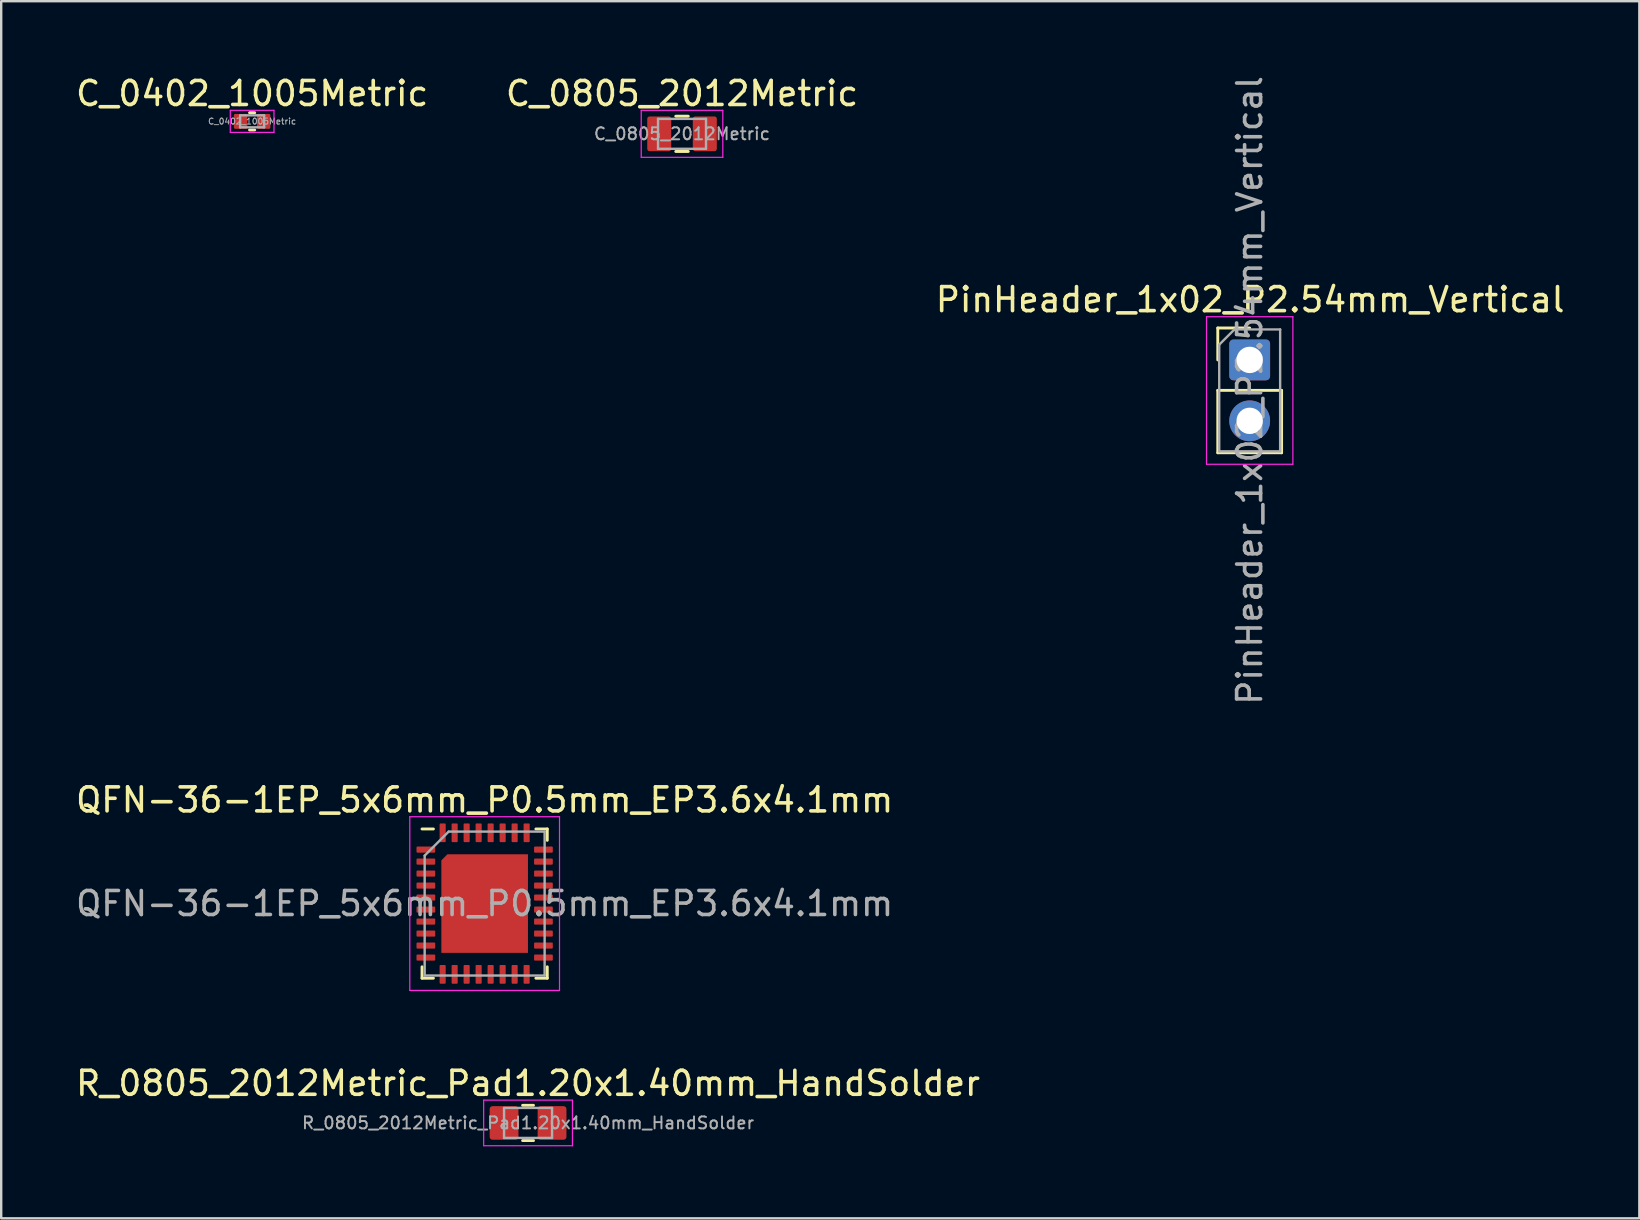
<source format=kicad_pcb>
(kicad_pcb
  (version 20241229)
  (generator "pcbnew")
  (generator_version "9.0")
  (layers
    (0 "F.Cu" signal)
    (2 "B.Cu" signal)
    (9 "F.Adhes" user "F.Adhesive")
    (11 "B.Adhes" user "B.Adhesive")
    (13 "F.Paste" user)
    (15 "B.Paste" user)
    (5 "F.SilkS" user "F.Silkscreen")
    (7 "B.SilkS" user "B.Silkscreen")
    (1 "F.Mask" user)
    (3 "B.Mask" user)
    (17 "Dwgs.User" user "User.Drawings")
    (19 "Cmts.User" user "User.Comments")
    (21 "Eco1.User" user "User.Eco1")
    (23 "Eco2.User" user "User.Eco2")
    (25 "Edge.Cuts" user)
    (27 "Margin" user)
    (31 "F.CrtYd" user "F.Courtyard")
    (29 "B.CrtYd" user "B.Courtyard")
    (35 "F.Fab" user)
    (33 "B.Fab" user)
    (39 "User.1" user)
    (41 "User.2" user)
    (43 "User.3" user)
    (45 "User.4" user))
  (footprint "QFN-36-1EP_5x6mm_P0.5mm_EP3.6x4.1mm"
    (layer "F.Cu")
    (at 17.149 34.609)
    (property "Reference" "QFN-36-1EP_5x6mm_P0.5mm_EP3.6x4.1mm" (at 0 -4.32 0) (layer "F.SilkS") (effects (font (size 1 1) (thickness 0.15))))
    (attr smd)
    (fp_line (start -2.61 3.11) (end -2.61 2.635) (stroke (width 0.12) (type solid)) (layer "F.SilkS"))
    (fp_line (start -2.135 -3.11) (end -2.61 -3.11) (stroke (width 0.12) (type solid)) (layer "F.SilkS"))
    (fp_line (start -2.135 3.11) (end -2.61 3.11) (stroke (width 0.12) (type solid)) (layer "F.SilkS"))
    (fp_line (start 2.135 -3.11) (end 2.61 -3.11) (stroke (width 0.12) (type solid)) (layer "F.SilkS"))
    (fp_line (start 2.135 3.11) (end 2.61 3.11) (stroke (width 0.12) (type solid)) (layer "F.SilkS"))
    (fp_line (start 2.61 -3.11) (end 2.61 -2.635) (stroke (width 0.12) (type solid)) (layer "F.SilkS"))
    (fp_line (start 2.61 3.11) (end 2.61 2.635) (stroke (width 0.12) (type solid)) (layer "F.SilkS"))
    (fp_line (start -3.12 -3.62) (end -3.12 3.62) (stroke (width 0.05) (type solid)) (layer "F.CrtYd"))
    (fp_line (start -3.12 3.62) (end 3.12 3.62) (stroke (width 0.05) (type solid)) (layer "F.CrtYd"))
    (fp_line (start 3.12 -3.62) (end -3.12 -3.62) (stroke (width 0.05) (type solid)) (layer "F.CrtYd"))
    (fp_line (start 3.12 3.62) (end 3.12 -3.62) (stroke (width 0.05) (type solid)) (layer "F.CrtYd"))
    (fp_line (start -2.5 -2) (end -1.5 -3) (stroke (width 0.1) (type solid)) (layer "F.Fab"))
    (fp_line (start -2.5 3) (end -2.5 -2) (stroke (width 0.1) (type solid)) (layer "F.Fab"))
    (fp_line (start -1.5 -3) (end 2.5 -3) (stroke (width 0.1) (type solid)) (layer "F.Fab"))
    (fp_line (start 2.5 -3) (end 2.5 3) (stroke (width 0.1) (type solid)) (layer "F.Fab"))
    (fp_line (start 2.5 3) (end -2.5 3) (stroke (width 0.1) (type solid)) (layer "F.Fab"))
    (fp_text user "${REFERENCE}" (at 0 0 0) (layer "F.Fab") (effects (font (size 1 1) (thickness 0.15))))
    (pad "" smd roundrect (at -1.2 -1.37) (size 0.97 1.1) (layers "F.Paste") (roundrect_rratio 0.25))
    (pad "" smd roundrect (at -1.2 0) (size 0.97 1.1) (layers "F.Paste") (roundrect_rratio 0.25))
    (pad "" smd roundrect (at -1.2 1.37) (size 0.97 1.1) (layers "F.Paste") (roundrect_rratio 0.25))
    (pad "" smd roundrect (at 0 -1.37) (size 0.97 1.1) (layers "F.Paste") (roundrect_rratio 0.25))
    (pad "" smd roundrect (at 0 0) (size 0.97 1.1) (layers "F.Paste") (roundrect_rratio 0.25))
    (pad "" smd roundrect (at 0 1.37) (size 0.97 1.1) (layers "F.Paste") (roundrect_rratio 0.25))
    (pad "" smd roundrect (at 1.2 -1.37) (size 0.97 1.1) (layers "F.Paste") (roundrect_rratio 0.25))
    (pad "" smd roundrect (at 1.2 0) (size 0.97 1.1) (layers "F.Paste") (roundrect_rratio 0.25))
    (pad "" smd roundrect (at 1.2 1.37) (size 0.97 1.1) (layers "F.Paste") (roundrect_rratio 0.25))
    (pad "1" smd roundrect (at -2.45 -2.25) (size 0.78 0.254) (layers "F.Cu" "F.Mask" "F.Paste") (roundrect_rratio 0.15))
    (pad "2" smd roundrect (at -2.45 -1.75) (size 0.78 0.254) (layers "F.Cu" "F.Mask" "F.Paste") (roundrect_rratio 0.15))
    (pad "3" smd roundrect (at -2.45 -1.25) (size 0.78 0.254) (layers "F.Cu" "F.Mask" "F.Paste") (roundrect_rratio 0.15))
    (pad "4" smd roundrect (at -2.45 -0.75) (size 0.78 0.254) (layers "F.Cu" "F.Mask" "F.Paste") (roundrect_rratio 0.15))
    (pad "5" smd roundrect (at -2.45 -0.25) (size 0.78 0.254) (layers "F.Cu" "F.Mask" "F.Paste") (roundrect_rratio 0.15))
    (pad "6" smd roundrect (at -2.45 0.25) (size 0.78 0.254) (layers "F.Cu" "F.Mask" "F.Paste") (roundrect_rratio 0.15))
    (pad "7" smd roundrect (at -2.45 0.75) (size 0.78 0.254) (layers "F.Cu" "F.Mask" "F.Paste") (roundrect_rratio 0.15))
    (pad "8" smd roundrect (at -2.45 1.25) (size 0.78 0.254) (layers "F.Cu" "F.Mask" "F.Paste") (roundrect_rratio 0.15))
    (pad "9" smd roundrect (at -2.45 1.75) (size 0.78 0.254) (layers "F.Cu" "F.Mask" "F.Paste") (roundrect_rratio 0.15))
    (pad "10" smd roundrect (at -2.45 2.25) (size 0.78 0.254) (layers "F.Cu" "F.Mask" "F.Paste") (roundrect_rratio 0.15))
    (pad "11" smd roundrect (at -1.75 2.95) (size 0.254 0.78) (layers "F.Cu" "F.Mask" "F.Paste") (roundrect_rratio 0.15))
    (pad "12" smd roundrect (at -1.25 2.95) (size 0.254 0.78) (layers "F.Cu" "F.Mask" "F.Paste") (roundrect_rratio 0.15))
    (pad "13" smd roundrect (at -0.75 2.95) (size 0.254 0.78) (layers "F.Cu" "F.Mask" "F.Paste") (roundrect_rratio 0.15))
    (pad "14" smd roundrect (at -0.25 2.95) (size 0.254 0.78) (layers "F.Cu" "F.Mask" "F.Paste") (roundrect_rratio 0.15))
    (pad "15" smd roundrect (at 0.25 2.95) (size 0.254 0.78) (layers "F.Cu" "F.Mask" "F.Paste") (roundrect_rratio 0.15))
    (pad "16" smd roundrect (at 0.75 2.95) (size 0.254 0.78) (layers "F.Cu" "F.Mask" "F.Paste") (roundrect_rratio 0.15))
    (pad "17" smd roundrect (at 1.25 2.95) (size 0.254 0.78) (layers "F.Cu" "F.Mask" "F.Paste") (roundrect_rratio 0.15))
    (pad "18" smd roundrect (at 1.75 2.95) (size 0.254 0.78) (layers "F.Cu" "F.Mask" "F.Paste") (roundrect_rratio 0.15))
    (pad "19" smd roundrect (at 2.45 2.25) (size 0.78 0.254) (layers "F.Cu" "F.Mask" "F.Paste") (roundrect_rratio 0.15))
    (pad "20" smd roundrect (at 2.45 1.75) (size 0.78 0.254) (layers "F.Cu" "F.Mask" "F.Paste") (roundrect_rratio 0.15))
    (pad "21" smd roundrect (at 2.45 1.25) (size 0.78 0.254) (layers "F.Cu" "F.Mask" "F.Paste") (roundrect_rratio 0.15))
    (pad "22" smd roundrect (at 2.45 0.75) (size 0.78 0.254) (layers "F.Cu" "F.Mask" "F.Paste") (roundrect_rratio 0.15))
    (pad "23" smd roundrect (at 2.45 0.25) (size 0.78 0.254) (layers "F.Cu" "F.Mask" "F.Paste") (roundrect_rratio 0.15))
    (pad "24" smd roundrect (at 2.45 -0.25) (size 0.78 0.254) (layers "F.Cu" "F.Mask" "F.Paste") (roundrect_rratio 0.15))
    (pad "25" smd roundrect (at 2.45 -0.75) (size 0.78 0.254) (layers "F.Cu" "F.Mask" "F.Paste") (roundrect_rratio 0.15))
    (pad "26" smd roundrect (at 2.45 -1.25) (size 0.78 0.254) (layers "F.Cu" "F.Mask" "F.Paste") (roundrect_rratio 0.15))
    (pad "27" smd roundrect (at 2.45 -1.75) (size 0.78 0.254) (layers "F.Cu" "F.Mask" "F.Paste") (roundrect_rratio 0.15))
    (pad "28" smd roundrect (at 2.45 -2.25) (size 0.78 0.254) (layers "F.Cu" "F.Mask" "F.Paste") (roundrect_rratio 0.15))
    (pad "29" smd roundrect (at 1.75 -2.95) (size 0.254 0.78) (layers "F.Cu" "F.Mask" "F.Paste") (roundrect_rratio 0.15))
    (pad "30" smd roundrect (at 1.25 -2.95) (size 0.254 0.78) (layers "F.Cu" "F.Mask" "F.Paste") (roundrect_rratio 0.15))
    (pad "31" smd roundrect (at 0.75 -2.95) (size 0.254 0.78) (layers "F.Cu" "F.Mask" "F.Paste") (roundrect_rratio 0.15))
    (pad "32" smd roundrect (at 0.25 -2.95) (size 0.254 0.78) (layers "F.Cu" "F.Mask" "F.Paste") (roundrect_rratio 0.15))
    (pad "33" smd roundrect (at -0.25 -2.95) (size 0.254 0.78) (layers "F.Cu" "F.Mask" "F.Paste") (roundrect_rratio 0.15))
    (pad "34" smd roundrect (at -0.75 -2.95) (size 0.254 0.78) (layers "F.Cu" "F.Mask" "F.Paste") (roundrect_rratio 0.15))
    (pad "35" smd roundrect (at -1.25 -2.95) (size 0.254 0.78) (layers "F.Cu" "F.Mask" "F.Paste") (roundrect_rratio 0.15))
    (pad "36" smd roundrect (at -1.75 -2.95) (size 0.254 0.78) (layers "F.Cu" "F.Mask" "F.Paste") (roundrect_rratio 0.15))
    (pad "37" smd custom (at 0 0) (size 1 1) (layers "F.Cu" "F.Mask") (options (anchor rect)) (primitives (gr_poly (pts (xy -1.8 2.05) (xy 1.8 2.05) (xy 1.8 -2.05) (xy -1.55 -2.05) (xy -1.8 -1.8)) (width 0.01) (fill yes)))))
  (footprint "C_0402_1005Metric"
    (layer "F.Cu")
    (at 7.458 2.008)
    (property "Reference" "C_0402_1005Metric" (at 0 -1.16 0) (layer "F.SilkS") (effects (font (size 1 1) (thickness 0.15))))
    (attr smd)
    (fp_line (start -0.108 -0.36) (end 0.108 -0.36) (stroke (width 0.12) (type solid)) (layer "F.SilkS"))
    (fp_line (start -0.108 0.36) (end 0.108 0.36) (stroke (width 0.12) (type solid)) (layer "F.SilkS"))
    (fp_line (start -0.91 -0.46) (end 0.91 -0.46) (stroke (width 0.05) (type solid)) (layer "F.CrtYd"))
    (fp_line (start -0.91 0.46) (end -0.91 -0.46) (stroke (width 0.05) (type solid)) (layer "F.CrtYd"))
    (fp_line (start 0.91 -0.46) (end 0.91 0.46) (stroke (width 0.05) (type solid)) (layer "F.CrtYd"))
    (fp_line (start 0.91 0.46) (end -0.91 0.46) (stroke (width 0.05) (type solid)) (layer "F.CrtYd"))
    (fp_line (start -0.5 -0.25) (end 0.5 -0.25) (stroke (width 0.1) (type solid)) (layer "F.Fab"))
    (fp_line (start -0.5 0.25) (end -0.5 -0.25) (stroke (width 0.1) (type solid)) (layer "F.Fab"))
    (fp_line (start 0.5 -0.25) (end 0.5 0.25) (stroke (width 0.1) (type solid)) (layer "F.Fab"))
    (fp_line (start 0.5 0.25) (end -0.5 0.25) (stroke (width 0.1) (type solid)) (layer "F.Fab"))
    (fp_text user "${REFERENCE}" (at 0 0 0) (layer "F.Fab") (effects (font (size 0.25 0.25) (thickness 0.04))))
    (pad "1" smd roundrect (at -0.48 0) (size 0.56 0.62) (layers "F.Cu" "F.Mask" "F.Paste") (roundrect_rratio 0.1))
    (pad "2" smd roundrect (at 0.48 0) (size 0.56 0.62) (layers "F.Cu" "F.Mask" "F.Paste") (roundrect_rratio 0.1)))
  (footprint "R_0805_2012Metric_Pad1.20x1.40mm_HandSolder"
    (layer "F.Cu")
    (at 18.958 43.752)
    (property "Reference" "R_0805_2012Metric_Pad1.20x1.40mm_HandSolder" (at 0 -1.65 0) (layer "F.SilkS") (effects (font (size 1 1) (thickness 0.15))))
    (attr smd)
    (fp_line (start -0.227 -0.735) (end 0.227 -0.735) (stroke (width 0.12) (type solid)) (layer "F.SilkS"))
    (fp_line (start -0.227 0.735) (end 0.227 0.735) (stroke (width 0.12) (type solid)) (layer "F.SilkS"))
    (fp_line (start -1.85 -0.95) (end 1.85 -0.95) (stroke (width 0.05) (type solid)) (layer "F.CrtYd"))
    (fp_line (start -1.85 0.95) (end -1.85 -0.95) (stroke (width 0.05) (type solid)) (layer "F.CrtYd"))
    (fp_line (start 1.85 -0.95) (end 1.85 0.95) (stroke (width 0.05) (type solid)) (layer "F.CrtYd"))
    (fp_line (start 1.85 0.95) (end -1.85 0.95) (stroke (width 0.05) (type solid)) (layer "F.CrtYd"))
    (fp_line (start -1 -0.625) (end 1 -0.625) (stroke (width 0.1) (type solid)) (layer "F.Fab"))
    (fp_line (start -1 0.625) (end -1 -0.625) (stroke (width 0.1) (type solid)) (layer "F.Fab"))
    (fp_line (start 1 -0.625) (end 1 0.625) (stroke (width 0.1) (type solid)) (layer "F.Fab"))
    (fp_line (start 1 0.625) (end -1 0.625) (stroke (width 0.1) (type solid)) (layer "F.Fab"))
    (fp_text user "${REFERENCE}" (at 0 0 0) (layer "F.Fab") (effects (font (size 0.5 0.5) (thickness 0.08))))
    (pad "1" smd roundrect (at -1 0) (size 1.2 1.4) (layers "F.Cu" "F.Mask" "F.Paste") (roundrect_rratio 0.1))
    (pad "2" smd roundrect (at 1 0) (size 1.2 1.4) (layers "F.Cu" "F.Mask" "F.Paste") (roundrect_rratio 0.1)))
  (footprint "PinHeader_1x02_P2.54mm_Vertical"
    (layer "F.Cu")
    (at 49.034 13.22)
    (property "Reference" "PinHeader_1x02_P2.54mm_Vertical" (at 0.02 -3.78 0) (layer "F.SilkS") (effects (font (size 1 1) (thickness 0.15))))
    (attr through_hole)
    (fp_line (start -1.33 -2.6) (end 0 -2.6) (stroke (width 0.12) (type solid)) (layer "F.SilkS"))
    (fp_line (start -1.33 -1.27) (end -1.33 -2.6) (stroke (width 0.12) (type solid)) (layer "F.SilkS"))
    (fp_line (start -1.33 0) (end -1.33 2.6) (stroke (width 0.12) (type solid)) (layer "F.SilkS"))
    (fp_line (start -1.33 0) (end 1.33 0) (stroke (width 0.12) (type solid)) (layer "F.SilkS"))
    (fp_line (start -1.33 2.6) (end 1.33 2.6) (stroke (width 0.12) (type solid)) (layer "F.SilkS"))
    (fp_line (start 1.33 0) (end 1.33 2.6) (stroke (width 0.12) (type solid)) (layer "F.SilkS"))
    (fp_line (start -1.8 -3.07) (end -1.8 3.08) (stroke (width 0.05) (type solid)) (layer "F.CrtYd"))
    (fp_line (start -1.8 3.08) (end 1.8 3.08) (stroke (width 0.05) (type solid)) (layer "F.CrtYd"))
    (fp_line (start 1.8 -3.07) (end -1.8 -3.07) (stroke (width 0.05) (type solid)) (layer "F.CrtYd"))
    (fp_line (start 1.8 3.08) (end 1.8 -3.07) (stroke (width 0.05) (type solid)) (layer "F.CrtYd"))
    (fp_line (start -1.27 -1.905) (end -0.635 -2.54) (stroke (width 0.1) (type solid)) (layer "F.Fab"))
    (fp_line (start -1.27 2.54) (end -1.27 -1.905) (stroke (width 0.1) (type solid)) (layer "F.Fab"))
    (fp_line (start -0.635 -2.54) (end 1.27 -2.54) (stroke (width 0.1) (type solid)) (layer "F.Fab"))
    (fp_line (start 1.27 -2.54) (end 1.27 2.54) (stroke (width 0.1) (type solid)) (layer "F.Fab"))
    (fp_line (start 1.27 2.54) (end -1.27 2.54) (stroke (width 0.1) (type solid)) (layer "F.Fab"))
    (fp_text user "${REFERENCE}" (at 0 0 90) (layer "F.Fab") (effects (font (size 1 1) (thickness 0.15))))
    (pad "1" thru_hole roundrect (at 0 -1.27) (size 1.7 1.7) (drill 1.1) (layers "*.Cu" "B.Mask") (roundrect_rratio 0.1))
    (pad "2" thru_hole circle (at 0 1.27) (size 1.7 1.7) (drill 1.1) (layers "*.Cu" "B.Mask")))
  (footprint "C_0805_2012Metric"
    (layer "F.Cu")
    (at 25.375 2.528)
    (property "Reference" "C_0805_2012Metric" (at 0 -1.68 0) (layer "F.SilkS") (effects (font (size 1 1) (thickness 0.15))))
    (attr smd)
    (fp_line (start -0.261 -0.735) (end 0.261 -0.735) (stroke (width 0.12) (type solid)) (layer "F.SilkS"))
    (fp_line (start -0.261 0.735) (end 0.261 0.735) (stroke (width 0.12) (type solid)) (layer "F.SilkS"))
    (fp_line (start -1.7 -0.98) (end 1.7 -0.98) (stroke (width 0.05) (type solid)) (layer "F.CrtYd"))
    (fp_line (start -1.7 0.98) (end -1.7 -0.98) (stroke (width 0.05) (type solid)) (layer "F.CrtYd"))
    (fp_line (start 1.7 -0.98) (end 1.7 0.98) (stroke (width 0.05) (type solid)) (layer "F.CrtYd"))
    (fp_line (start 1.7 0.98) (end -1.7 0.98) (stroke (width 0.05) (type solid)) (layer "F.CrtYd"))
    (fp_line (start -1 -0.625) (end 1 -0.625) (stroke (width 0.1) (type solid)) (layer "F.Fab"))
    (fp_line (start -1 0.625) (end -1 -0.625) (stroke (width 0.1) (type solid)) (layer "F.Fab"))
    (fp_line (start 1 -0.625) (end 1 0.625) (stroke (width 0.1) (type solid)) (layer "F.Fab"))
    (fp_line (start 1 0.625) (end -1 0.625) (stroke (width 0.1) (type solid)) (layer "F.Fab"))
    (fp_text user "${REFERENCE}" (at 0 0 0) (layer "F.Fab") (effects (font (size 0.5 0.5) (thickness 0.08))))
    (pad "1" smd roundrect (at -0.95 0) (size 1 1.45) (layers "F.Cu" "F.Mask" "F.Paste") (roundrect_rratio 0.1))
    (pad "2" smd roundrect (at 0.95 0) (size 1 1.45) (layers "F.Cu" "F.Mask" "F.Paste") (roundrect_rratio 0.1)))
  (gr_rect
    (start -3 -3)
    (end 65.274 47.727)
    (stroke (width 0.1) (type default))
    (fill no)
    (layer "Edge.Cuts")))
</source>
